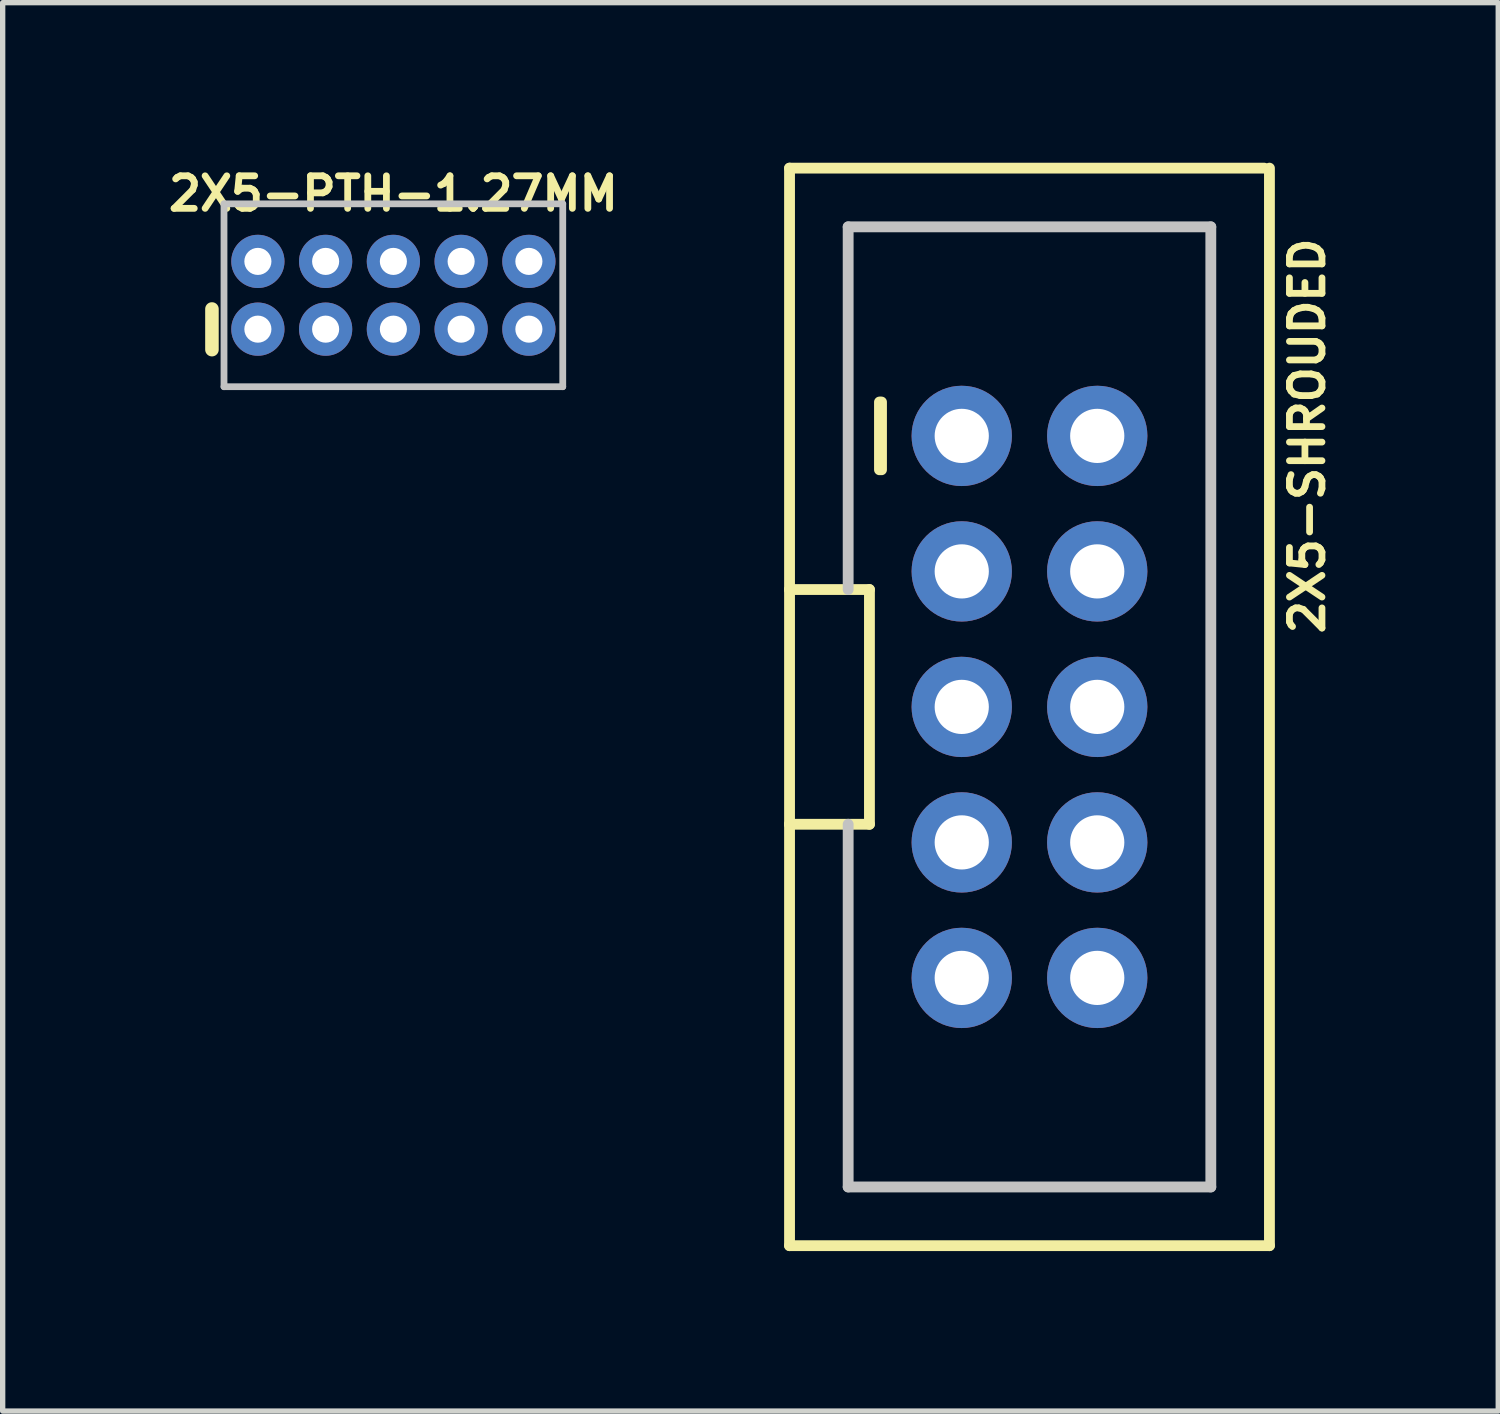
<source format=kicad_pcb>
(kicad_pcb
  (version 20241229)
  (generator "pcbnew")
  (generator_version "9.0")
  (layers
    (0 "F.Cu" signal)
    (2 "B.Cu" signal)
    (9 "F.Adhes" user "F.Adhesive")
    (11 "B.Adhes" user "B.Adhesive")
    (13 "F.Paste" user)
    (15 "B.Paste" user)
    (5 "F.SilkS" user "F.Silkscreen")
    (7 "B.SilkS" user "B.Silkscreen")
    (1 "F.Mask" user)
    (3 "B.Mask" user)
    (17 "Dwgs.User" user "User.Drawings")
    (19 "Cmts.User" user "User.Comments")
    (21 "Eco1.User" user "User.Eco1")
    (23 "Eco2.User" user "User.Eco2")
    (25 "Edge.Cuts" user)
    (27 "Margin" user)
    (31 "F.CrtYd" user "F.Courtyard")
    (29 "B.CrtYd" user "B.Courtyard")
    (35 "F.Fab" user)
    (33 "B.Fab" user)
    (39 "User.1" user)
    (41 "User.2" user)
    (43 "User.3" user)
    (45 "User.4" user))
  (footprint "2X5-PTH-1.27MM"
    (layer "F.Cu")
    (at 4.324 2.485)
    (property "Reference" "2X5-PTH-1.27MM" (at 0 -1.905 0) (layer "F.SilkS") (effects (font (size 0.61 0.61) (thickness 0.127))))
    (attr exclude_from_pos_files exclude_from_bom)
    (fp_line (start -3.401 1.019) (end -3.401 0.257) (stroke (width 0.254) (type solid)) (layer "F.SilkS"))
    (fp_line (start -3.175 -1.714) (end -3.175 1.714) (stroke (width 0.127) (type solid)) (layer "Dwgs.User"))
    (fp_line (start -3.175 1.714) (end 3.175 1.714) (stroke (width 0.127) (type solid)) (layer "Dwgs.User"))
    (fp_line (start 3.175 -1.714) (end -3.175 -1.714) (stroke (width 0.127) (type solid)) (layer "Dwgs.User"))
    (fp_line (start 3.175 1.714) (end 3.175 -1.714) (stroke (width 0.127) (type solid)) (layer "Dwgs.User"))
    (pad "1" thru_hole circle (at -2.54 0.635) (size 0.998 0.998) (drill 0.508) (layers "*.Cu" "*.Paste" "*.Mask"))
    (pad "2" thru_hole circle (at -2.54 -0.635) (size 0.998 0.998) (drill 0.508) (layers "*.Cu" "*.Paste" "*.Mask"))
    (pad "3" thru_hole circle (at -1.27 0.635) (size 0.998 0.998) (drill 0.508) (layers "*.Cu" "*.Paste" "*.Mask"))
    (pad "4" thru_hole circle (at -1.27 -0.635) (size 0.998 0.998) (drill 0.508) (layers "*.Cu" "*.Paste" "*.Mask"))
    (pad "5" thru_hole circle (at 0 0.635) (size 0.998 0.998) (drill 0.508) (layers "*.Cu" "*.Paste" "*.Mask"))
    (pad "6" thru_hole circle (at 0 -0.635) (size 0.998 0.998) (drill 0.508) (layers "*.Cu" "*.Paste" "*.Mask"))
    (pad "7" thru_hole circle (at 1.27 0.635) (size 0.998 0.998) (drill 0.508) (layers "*.Cu" "*.Paste" "*.Mask"))
    (pad "8" thru_hole circle (at 1.27 -0.635) (size 0.998 0.998) (drill 0.508) (layers "*.Cu" "*.Paste" "*.Mask"))
    (pad "9" thru_hole circle (at 2.54 0.635) (size 0.998 0.998) (drill 0.508) (layers "*.Cu" "*.Paste" "*.Mask"))
    (pad "10" thru_hole circle (at 2.54 -0.635) (size 0.998 0.998) (drill 0.508) (layers "*.Cu" "*.Paste" "*.Mask")))
  (footprint "2X5-SHROUDED"
    (layer "F.Cu")
    (at 16.248 10.201)
    (property "Reference" "2X5-SHROUDED" (at 5.207 -5.08 90) (layer "F.SilkS") (effects (font (size 0.61 0.61) (thickness 0.127))))
    (attr exclude_from_pos_files exclude_from_bom)
    (fp_line (start -4.498 -10.099) (end 4.399 -10.099) (stroke (width 0.203) (type solid)) (layer "F.SilkS"))
    (fp_line (start -4.498 -2.2) (end -4.498 -10.099) (stroke (width 0.203) (type solid)) (layer "F.SilkS"))
    (fp_line (start -4.498 -2.2) (end -3 -2.2) (stroke (width 0.203) (type solid)) (layer "F.SilkS"))
    (fp_line (start -4.498 2.2) (end -4.498 -2.2) (stroke (width 0.203) (type solid)) (layer "F.SilkS"))
    (fp_line (start -4.498 10.099) (end -4.498 2.2) (stroke (width 0.203) (type solid)) (layer "F.SilkS"))
    (fp_line (start -3 -2.2) (end -3 2.2) (stroke (width 0.203) (type solid)) (layer "F.SilkS"))
    (fp_line (start -3 2.2) (end -4.498 2.2) (stroke (width 0.203) (type solid)) (layer "F.SilkS"))
    (fp_line (start -2.812 -5.715) (end -2.812 -4.445) (stroke (width 0.203) (type solid)) (layer "F.SilkS"))
    (fp_line (start -2.774 -5.715) (end -2.774 -4.445) (stroke (width 0.203) (type solid)) (layer "F.SilkS"))
    (fp_line (start 4.498 -10.099) (end 4.498 10.099) (stroke (width 0.203) (type solid)) (layer "F.SilkS"))
    (fp_line (start 4.498 10.099) (end -4.498 10.099) (stroke (width 0.203) (type solid)) (layer "F.SilkS"))
    (fp_line (start -3.399 -8.999) (end -3.399 -2.2) (stroke (width 0.203) (type solid)) (layer "Dwgs.User"))
    (fp_line (start -3.399 -8.999) (end 3.399 -8.999) (stroke (width 0.203) (type solid)) (layer "Dwgs.User"))
    (fp_line (start -3.399 8.999) (end -3.399 2.2) (stroke (width 0.203) (type solid)) (layer "Dwgs.User"))
    (fp_line (start -3.399 8.999) (end 3.399 8.999) (stroke (width 0.203) (type solid)) (layer "Dwgs.User"))
    (fp_line (start -1.524 -5.334) (end -1.016 -5.334) (stroke (width 0.066) (type solid)) (layer "Dwgs.User"))
    (fp_line (start -1.524 -4.826) (end -1.524 -5.334) (stroke (width 0.066) (type solid)) (layer "Dwgs.User"))
    (fp_line (start -1.524 -4.826) (end -1.016 -4.826) (stroke (width 0.066) (type solid)) (layer "Dwgs.User"))
    (fp_line (start -1.524 -2.794) (end -1.016 -2.794) (stroke (width 0.066) (type solid)) (layer "Dwgs.User"))
    (fp_line (start -1.524 -2.286) (end -1.524 -2.794) (stroke (width 0.066) (type solid)) (layer "Dwgs.User"))
    (fp_line (start -1.524 -2.286) (end -1.016 -2.286) (stroke (width 0.066) (type solid)) (layer "Dwgs.User"))
    (fp_line (start -1.524 -0.254) (end -1.016 -0.254) (stroke (width 0.066) (type solid)) (layer "Dwgs.User"))
    (fp_line (start -1.524 0.254) (end -1.524 -0.254) (stroke (width 0.066) (type solid)) (layer "Dwgs.User"))
    (fp_line (start -1.524 0.254) (end -1.016 0.254) (stroke (width 0.066) (type solid)) (layer "Dwgs.User"))
    (fp_line (start -1.524 2.286) (end -1.016 2.286) (stroke (width 0.066) (type solid)) (layer "Dwgs.User"))
    (fp_line (start -1.524 2.286) (end -1.016 2.286) (stroke (width 0.066) (type solid)) (layer "Dwgs.User"))
    (fp_line (start -1.524 2.794) (end -1.524 2.286) (stroke (width 0.066) (type solid)) (layer "Dwgs.User"))
    (fp_line (start -1.524 2.794) (end -1.524 2.286) (stroke (width 0.066) (type solid)) (layer "Dwgs.User"))
    (fp_line (start -1.524 2.794) (end -1.016 2.794) (stroke (width 0.066) (type solid)) (layer "Dwgs.User"))
    (fp_line (start -1.524 2.794) (end -1.016 2.794) (stroke (width 0.066) (type solid)) (layer "Dwgs.User"))
    (fp_line (start -1.524 4.826) (end -1.016 4.826) (stroke (width 0.066) (type solid)) (layer "Dwgs.User"))
    (fp_line (start -1.524 5.334) (end -1.524 4.826) (stroke (width 0.066) (type solid)) (layer "Dwgs.User"))
    (fp_line (start -1.524 5.334) (end -1.016 5.334) (stroke (width 0.066) (type solid)) (layer "Dwgs.User"))
    (fp_line (start -1.016 -4.826) (end -1.016 -5.334) (stroke (width 0.066) (type solid)) (layer "Dwgs.User"))
    (fp_line (start -1.016 -2.286) (end -1.016 -2.794) (stroke (width 0.066) (type solid)) (layer "Dwgs.User"))
    (fp_line (start -1.016 0.254) (end -1.016 -0.254) (stroke (width 0.066) (type solid)) (layer "Dwgs.User"))
    (fp_line (start -1.016 2.794) (end -1.016 2.286) (stroke (width 0.066) (type solid)) (layer "Dwgs.User"))
    (fp_line (start -1.016 2.794) (end -1.016 2.286) (stroke (width 0.066) (type solid)) (layer "Dwgs.User"))
    (fp_line (start -1.016 5.334) (end -1.016 4.826) (stroke (width 0.066) (type solid)) (layer "Dwgs.User"))
    (fp_line (start 1.016 -5.334) (end 1.524 -5.334) (stroke (width 0.066) (type solid)) (layer "Dwgs.User"))
    (fp_line (start 1.016 -4.826) (end 1.016 -5.334) (stroke (width 0.066) (type solid)) (layer "Dwgs.User"))
    (fp_line (start 1.016 -4.826) (end 1.524 -4.826) (stroke (width 0.066) (type solid)) (layer "Dwgs.User"))
    (fp_line (start 1.016 -2.794) (end 1.524 -2.794) (stroke (width 0.066) (type solid)) (layer "Dwgs.User"))
    (fp_line (start 1.016 -2.286) (end 1.016 -2.794) (stroke (width 0.066) (type solid)) (layer "Dwgs.User"))
    (fp_line (start 1.016 -2.286) (end 1.524 -2.286) (stroke (width 0.066) (type solid)) (layer "Dwgs.User"))
    (fp_line (start 1.016 -0.254) (end 1.524 -0.254) (stroke (width 0.066) (type solid)) (layer "Dwgs.User"))
    (fp_line (start 1.016 0.254) (end 1.016 -0.254) (stroke (width 0.066) (type solid)) (layer "Dwgs.User"))
    (fp_line (start 1.016 0.254) (end 1.524 0.254) (stroke (width 0.066) (type solid)) (layer "Dwgs.User"))
    (fp_line (start 1.016 2.286) (end 1.524 2.286) (stroke (width 0.066) (type solid)) (layer "Dwgs.User"))
    (fp_line (start 1.016 2.286) (end 1.524 2.286) (stroke (width 0.066) (type solid)) (layer "Dwgs.User"))
    (fp_line (start 1.016 2.794) (end 1.016 2.286) (stroke (width 0.066) (type solid)) (layer "Dwgs.User"))
    (fp_line (start 1.016 2.794) (end 1.016 2.286) (stroke (width 0.066) (type solid)) (layer "Dwgs.User"))
    (fp_line (start 1.016 2.794) (end 1.524 2.794) (stroke (width 0.066) (type solid)) (layer "Dwgs.User"))
    (fp_line (start 1.016 2.794) (end 1.524 2.794) (stroke (width 0.066) (type solid)) (layer "Dwgs.User"))
    (fp_line (start 1.016 4.826) (end 1.524 4.826) (stroke (width 0.066) (type solid)) (layer "Dwgs.User"))
    (fp_line (start 1.016 5.334) (end 1.016 4.826) (stroke (width 0.066) (type solid)) (layer "Dwgs.User"))
    (fp_line (start 1.016 5.334) (end 1.524 5.334) (stroke (width 0.066) (type solid)) (layer "Dwgs.User"))
    (fp_line (start 1.524 -4.826) (end 1.524 -5.334) (stroke (width 0.066) (type solid)) (layer "Dwgs.User"))
    (fp_line (start 1.524 -2.286) (end 1.524 -2.794) (stroke (width 0.066) (type solid)) (layer "Dwgs.User"))
    (fp_line (start 1.524 0.254) (end 1.524 -0.254) (stroke (width 0.066) (type solid)) (layer "Dwgs.User"))
    (fp_line (start 1.524 2.794) (end 1.524 2.286) (stroke (width 0.066) (type solid)) (layer "Dwgs.User"))
    (fp_line (start 1.524 2.794) (end 1.524 2.286) (stroke (width 0.066) (type solid)) (layer "Dwgs.User"))
    (fp_line (start 1.524 5.334) (end 1.524 4.826) (stroke (width 0.066) (type solid)) (layer "Dwgs.User"))
    (fp_line (start 3.399 -8.999) (end 3.399 8.999) (stroke (width 0.203) (type solid)) (layer "Dwgs.User"))
    (pad "1" thru_hole circle (at -1.27 -5.08) (size 1.88 1.88) (drill 1.016) (layers "*.Cu" "*.Paste" "*.Mask"))
    (pad "2" thru_hole circle (at 1.27 -5.08) (size 1.88 1.88) (drill 1.016) (layers "*.Cu" "*.Paste" "*.Mask"))
    (pad "3" thru_hole circle (at -1.27 -2.54) (size 1.88 1.88) (drill 1.016) (layers "*.Cu" "*.Paste" "*.Mask"))
    (pad "4" thru_hole circle (at 1.27 -2.54) (size 1.88 1.88) (drill 1.016) (layers "*.Cu" "*.Paste" "*.Mask"))
    (pad "5" thru_hole circle (at -1.27 0) (size 1.88 1.88) (drill 1.016) (layers "*.Cu" "*.Paste" "*.Mask"))
    (pad "6" thru_hole circle (at 1.27 0) (size 1.88 1.88) (drill 1.016) (layers "*.Cu" "*.Paste" "*.Mask"))
    (pad "7" thru_hole circle (at -1.27 2.54) (size 1.88 1.88) (drill 1.016) (layers "*.Cu" "*.Paste" "*.Mask"))
    (pad "8" thru_hole circle (at 1.27 2.54) (size 1.88 1.88) (drill 1.016) (layers "*.Cu" "*.Paste" "*.Mask"))
    (pad "9" thru_hole circle (at -1.27 5.08) (size 1.88 1.88) (drill 1.016) (layers "*.Cu" "*.Paste" "*.Mask"))
    (pad "10" thru_hole circle (at 1.27 5.08) (size 1.88 1.88) (drill 1.016) (layers "*.Cu" "*.Paste" "*.Mask")))
  (gr_rect
    (start -3 -3)
    (end 25.035 23.401)
    (stroke (width 0.1) (type default))
    (fill no)
    (layer "Edge.Cuts")))
</source>
